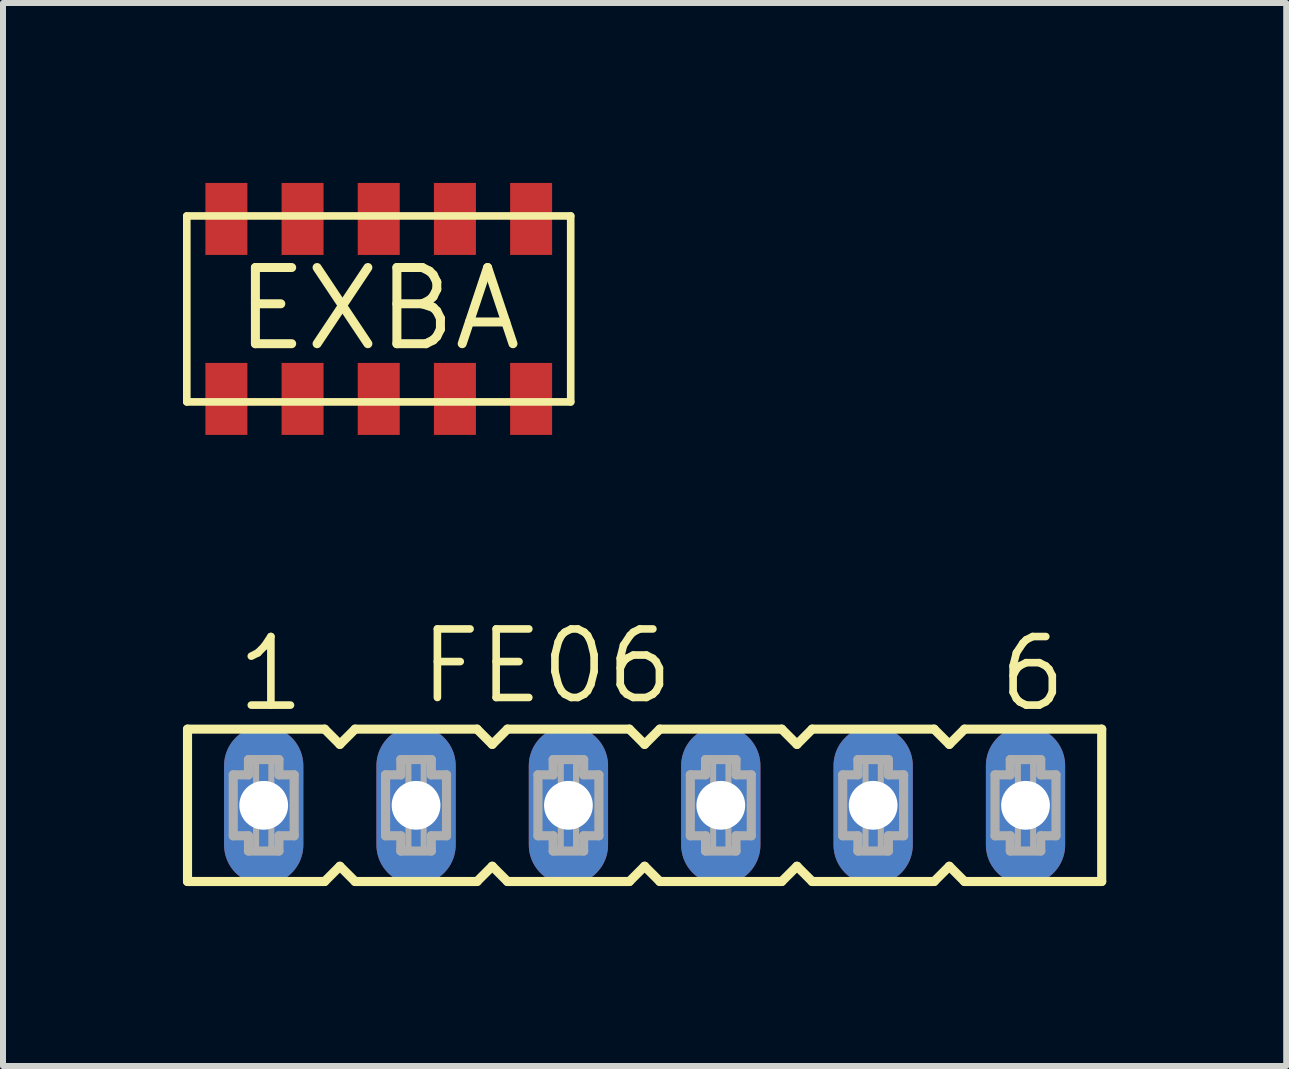
<source format=kicad_pcb>
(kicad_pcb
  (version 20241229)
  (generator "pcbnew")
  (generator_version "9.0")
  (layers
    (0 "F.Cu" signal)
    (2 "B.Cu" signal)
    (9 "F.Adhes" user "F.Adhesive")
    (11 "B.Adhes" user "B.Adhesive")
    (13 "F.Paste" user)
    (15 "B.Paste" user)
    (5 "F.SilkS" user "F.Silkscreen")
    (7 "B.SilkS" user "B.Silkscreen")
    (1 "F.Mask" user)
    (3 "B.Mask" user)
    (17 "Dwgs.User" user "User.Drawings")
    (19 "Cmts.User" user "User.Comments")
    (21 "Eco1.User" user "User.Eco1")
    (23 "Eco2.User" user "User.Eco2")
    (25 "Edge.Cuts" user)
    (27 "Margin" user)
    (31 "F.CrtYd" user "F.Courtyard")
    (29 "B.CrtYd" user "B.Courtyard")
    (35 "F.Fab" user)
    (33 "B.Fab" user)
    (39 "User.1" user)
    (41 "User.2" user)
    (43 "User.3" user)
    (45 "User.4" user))
  (footprint "FE06"
    (layer "F.Cu")
    (at 7.696 10.375)
    (property "Reference" "FE06" (at -3.81 -1.651 0) (layer "F.SilkS") (effects (font (size 1.143 1.143) (thickness 0.127)) (justify left bottom)))
    (fp_line (start -7.62 -1.27) (end -7.62 1.27) (stroke (width 0.152) (type solid)) (layer "F.SilkS"))
    (fp_line (start -7.62 1.27) (end -5.334 1.27) (stroke (width 0.152) (type solid)) (layer "F.SilkS"))
    (fp_line (start -5.334 -1.27) (end -7.62 -1.27) (stroke (width 0.152) (type solid)) (layer "F.SilkS"))
    (fp_line (start -5.334 1.27) (end -5.08 1.016) (stroke (width 0.152) (type solid)) (layer "F.SilkS"))
    (fp_line (start -5.08 -1.016) (end -5.334 -1.27) (stroke (width 0.152) (type solid)) (layer "F.SilkS"))
    (fp_line (start -5.08 1.016) (end -4.826 1.27) (stroke (width 0.152) (type solid)) (layer "F.SilkS"))
    (fp_line (start -4.826 -1.27) (end -5.08 -1.016) (stroke (width 0.152) (type solid)) (layer "F.SilkS"))
    (fp_line (start -4.826 1.27) (end -2.794 1.27) (stroke (width 0.152) (type solid)) (layer "F.SilkS"))
    (fp_line (start -2.794 -1.27) (end -4.826 -1.27) (stroke (width 0.152) (type solid)) (layer "F.SilkS"))
    (fp_line (start -2.794 1.27) (end -2.54 1.016) (stroke (width 0.152) (type solid)) (layer "F.SilkS"))
    (fp_line (start -2.54 -1.016) (end -2.794 -1.27) (stroke (width 0.152) (type solid)) (layer "F.SilkS"))
    (fp_line (start -2.54 1.016) (end -2.286 1.27) (stroke (width 0.152) (type solid)) (layer "F.SilkS"))
    (fp_line (start -2.286 -1.27) (end -2.54 -1.016) (stroke (width 0.152) (type solid)) (layer "F.SilkS"))
    (fp_line (start -2.286 1.27) (end -0.254 1.27) (stroke (width 0.152) (type solid)) (layer "F.SilkS"))
    (fp_line (start -0.254 -1.27) (end -2.286 -1.27) (stroke (width 0.152) (type solid)) (layer "F.SilkS"))
    (fp_line (start -0.254 1.27) (end 0 1.016) (stroke (width 0.152) (type solid)) (layer "F.SilkS"))
    (fp_line (start 0 -1.016) (end -0.254 -1.27) (stroke (width 0.152) (type solid)) (layer "F.SilkS"))
    (fp_line (start 0 1.016) (end 0.254 1.27) (stroke (width 0.152) (type solid)) (layer "F.SilkS"))
    (fp_line (start 0.254 -1.27) (end 0 -1.016) (stroke (width 0.152) (type solid)) (layer "F.SilkS"))
    (fp_line (start 0.254 1.27) (end 2.286 1.27) (stroke (width 0.152) (type solid)) (layer "F.SilkS"))
    (fp_line (start 2.286 -1.27) (end 0.254 -1.27) (stroke (width 0.152) (type solid)) (layer "F.SilkS"))
    (fp_line (start 2.286 1.27) (end 2.54 1.016) (stroke (width 0.152) (type solid)) (layer "F.SilkS"))
    (fp_line (start 2.54 -1.016) (end 2.286 -1.27) (stroke (width 0.152) (type solid)) (layer "F.SilkS"))
    (fp_line (start 2.54 1.016) (end 2.794 1.27) (stroke (width 0.152) (type solid)) (layer "F.SilkS"))
    (fp_line (start 2.794 -1.27) (end 2.54 -1.016) (stroke (width 0.152) (type solid)) (layer "F.SilkS"))
    (fp_line (start 2.794 1.27) (end 4.826 1.27) (stroke (width 0.152) (type solid)) (layer "F.SilkS"))
    (fp_line (start 4.826 -1.27) (end 2.794 -1.27) (stroke (width 0.152) (type solid)) (layer "F.SilkS"))
    (fp_line (start 4.826 1.27) (end 5.08 1.016) (stroke (width 0.152) (type solid)) (layer "F.SilkS"))
    (fp_line (start 5.08 -1.016) (end 4.826 -1.27) (stroke (width 0.152) (type solid)) (layer "F.SilkS"))
    (fp_line (start 5.08 1.016) (end 5.334 1.27) (stroke (width 0.152) (type solid)) (layer "F.SilkS"))
    (fp_line (start 5.334 -1.27) (end 5.08 -1.016) (stroke (width 0.152) (type solid)) (layer "F.SilkS"))
    (fp_line (start 5.334 1.27) (end 7.62 1.27) (stroke (width 0.152) (type solid)) (layer "F.SilkS"))
    (fp_line (start 7.62 -1.27) (end 5.334 -1.27) (stroke (width 0.152) (type solid)) (layer "F.SilkS"))
    (fp_line (start 7.62 1.27) (end 7.62 -1.27) (stroke (width 0.152) (type solid)) (layer "F.SilkS"))
    (fp_line (start -6.858 -0.508) (end -6.858 0.508) (stroke (width 0.152) (type solid)) (layer "F.Fab"))
    (fp_line (start -6.858 0.508) (end -6.604 0.508) (stroke (width 0.152) (type solid)) (layer "F.Fab"))
    (fp_line (start -6.604 -0.762) (end -6.604 -0.508) (stroke (width 0.152) (type solid)) (layer "F.Fab"))
    (fp_line (start -6.604 -0.508) (end -6.858 -0.508) (stroke (width 0.152) (type solid)) (layer "F.Fab"))
    (fp_line (start -6.604 0.508) (end -6.604 0.762) (stroke (width 0.152) (type solid)) (layer "F.Fab"))
    (fp_line (start -6.604 0.762) (end -6.096 0.762) (stroke (width 0.152) (type solid)) (layer "F.Fab"))
    (fp_line (start -6.096 -0.762) (end -6.604 -0.762) (stroke (width 0.152) (type solid)) (layer "F.Fab"))
    (fp_line (start -6.096 -0.508) (end -6.096 -0.762) (stroke (width 0.152) (type solid)) (layer "F.Fab"))
    (fp_line (start -6.096 0.508) (end -5.842 0.508) (stroke (width 0.152) (type solid)) (layer "F.Fab"))
    (fp_line (start -6.096 0.762) (end -6.096 0.508) (stroke (width 0.152) (type solid)) (layer "F.Fab"))
    (fp_line (start -5.842 -0.508) (end -6.096 -0.508) (stroke (width 0.152) (type solid)) (layer "F.Fab"))
    (fp_line (start -5.842 0.508) (end -5.842 -0.508) (stroke (width 0.152) (type solid)) (layer "F.Fab"))
    (fp_line (start -4.318 -0.508) (end -4.318 0.508) (stroke (width 0.152) (type solid)) (layer "F.Fab"))
    (fp_line (start -4.318 0.508) (end -4.064 0.508) (stroke (width 0.152) (type solid)) (layer "F.Fab"))
    (fp_line (start -4.064 -0.762) (end -4.064 -0.508) (stroke (width 0.152) (type solid)) (layer "F.Fab"))
    (fp_line (start -4.064 -0.508) (end -4.318 -0.508) (stroke (width 0.152) (type solid)) (layer "F.Fab"))
    (fp_line (start -4.064 0.508) (end -4.064 0.762) (stroke (width 0.152) (type solid)) (layer "F.Fab"))
    (fp_line (start -4.064 0.762) (end -3.556 0.762) (stroke (width 0.152) (type solid)) (layer "F.Fab"))
    (fp_line (start -3.556 -0.762) (end -4.064 -0.762) (stroke (width 0.152) (type solid)) (layer "F.Fab"))
    (fp_line (start -3.556 -0.508) (end -3.556 -0.762) (stroke (width 0.152) (type solid)) (layer "F.Fab"))
    (fp_line (start -3.556 0.508) (end -3.302 0.508) (stroke (width 0.152) (type solid)) (layer "F.Fab"))
    (fp_line (start -3.556 0.762) (end -3.556 0.508) (stroke (width 0.152) (type solid)) (layer "F.Fab"))
    (fp_line (start -3.302 -0.508) (end -3.556 -0.508) (stroke (width 0.152) (type solid)) (layer "F.Fab"))
    (fp_line (start -3.302 0.508) (end -3.302 -0.508) (stroke (width 0.152) (type solid)) (layer "F.Fab"))
    (fp_line (start -1.778 -0.508) (end -1.778 0.508) (stroke (width 0.152) (type solid)) (layer "F.Fab"))
    (fp_line (start -1.778 0.508) (end -1.524 0.508) (stroke (width 0.152) (type solid)) (layer "F.Fab"))
    (fp_line (start -1.524 -0.762) (end -1.524 -0.508) (stroke (width 0.152) (type solid)) (layer "F.Fab"))
    (fp_line (start -1.524 -0.508) (end -1.778 -0.508) (stroke (width 0.152) (type solid)) (layer "F.Fab"))
    (fp_line (start -1.524 0.508) (end -1.524 0.762) (stroke (width 0.152) (type solid)) (layer "F.Fab"))
    (fp_line (start -1.524 0.762) (end -1.016 0.762) (stroke (width 0.152) (type solid)) (layer "F.Fab"))
    (fp_line (start -1.016 -0.762) (end -1.524 -0.762) (stroke (width 0.152) (type solid)) (layer "F.Fab"))
    (fp_line (start -1.016 -0.508) (end -1.016 -0.762) (stroke (width 0.152) (type solid)) (layer "F.Fab"))
    (fp_line (start -1.016 0.508) (end -0.762 0.508) (stroke (width 0.152) (type solid)) (layer "F.Fab"))
    (fp_line (start -1.016 0.762) (end -1.016 0.508) (stroke (width 0.152) (type solid)) (layer "F.Fab"))
    (fp_line (start -0.762 -0.508) (end -1.016 -0.508) (stroke (width 0.152) (type solid)) (layer "F.Fab"))
    (fp_line (start -0.762 0.508) (end -0.762 -0.508) (stroke (width 0.152) (type solid)) (layer "F.Fab"))
    (fp_line (start 0.762 -0.508) (end 0.762 0.508) (stroke (width 0.152) (type solid)) (layer "F.Fab"))
    (fp_line (start 0.762 0.508) (end 1.016 0.508) (stroke (width 0.152) (type solid)) (layer "F.Fab"))
    (fp_line (start 1.016 -0.762) (end 1.016 -0.508) (stroke (width 0.152) (type solid)) (layer "F.Fab"))
    (fp_line (start 1.016 -0.508) (end 0.762 -0.508) (stroke (width 0.152) (type solid)) (layer "F.Fab"))
    (fp_line (start 1.016 0.508) (end 1.016 0.762) (stroke (width 0.152) (type solid)) (layer "F.Fab"))
    (fp_line (start 1.016 0.762) (end 1.524 0.762) (stroke (width 0.152) (type solid)) (layer "F.Fab"))
    (fp_line (start 1.524 -0.762) (end 1.016 -0.762) (stroke (width 0.152) (type solid)) (layer "F.Fab"))
    (fp_line (start 1.524 -0.508) (end 1.524 -0.762) (stroke (width 0.152) (type solid)) (layer "F.Fab"))
    (fp_line (start 1.524 0.508) (end 1.778 0.508) (stroke (width 0.152) (type solid)) (layer "F.Fab"))
    (fp_line (start 1.524 0.762) (end 1.524 0.508) (stroke (width 0.152) (type solid)) (layer "F.Fab"))
    (fp_line (start 1.778 -0.508) (end 1.524 -0.508) (stroke (width 0.152) (type solid)) (layer "F.Fab"))
    (fp_line (start 1.778 0.508) (end 1.778 -0.508) (stroke (width 0.152) (type solid)) (layer "F.Fab"))
    (fp_line (start 3.302 -0.508) (end 3.302 0.508) (stroke (width 0.152) (type solid)) (layer "F.Fab"))
    (fp_line (start 3.302 0.508) (end 3.556 0.508) (stroke (width 0.152) (type solid)) (layer "F.Fab"))
    (fp_line (start 3.556 -0.762) (end 3.556 -0.508) (stroke (width 0.152) (type solid)) (layer "F.Fab"))
    (fp_line (start 3.556 -0.508) (end 3.302 -0.508) (stroke (width 0.152) (type solid)) (layer "F.Fab"))
    (fp_line (start 3.556 0.508) (end 3.556 0.762) (stroke (width 0.152) (type solid)) (layer "F.Fab"))
    (fp_line (start 3.556 0.762) (end 4.064 0.762) (stroke (width 0.152) (type solid)) (layer "F.Fab"))
    (fp_line (start 4.064 -0.762) (end 3.556 -0.762) (stroke (width 0.152) (type solid)) (layer "F.Fab"))
    (fp_line (start 4.064 -0.508) (end 4.064 -0.762) (stroke (width 0.152) (type solid)) (layer "F.Fab"))
    (fp_line (start 4.064 0.508) (end 4.318 0.508) (stroke (width 0.152) (type solid)) (layer "F.Fab"))
    (fp_line (start 4.064 0.762) (end 4.064 0.508) (stroke (width 0.152) (type solid)) (layer "F.Fab"))
    (fp_line (start 4.318 -0.508) (end 4.064 -0.508) (stroke (width 0.152) (type solid)) (layer "F.Fab"))
    (fp_line (start 4.318 0.508) (end 4.318 -0.508) (stroke (width 0.152) (type solid)) (layer "F.Fab"))
    (fp_line (start 5.842 -0.508) (end 5.842 0.508) (stroke (width 0.152) (type solid)) (layer "F.Fab"))
    (fp_line (start 5.842 0.508) (end 6.096 0.508) (stroke (width 0.152) (type solid)) (layer "F.Fab"))
    (fp_line (start 6.096 -0.762) (end 6.096 -0.508) (stroke (width 0.152) (type solid)) (layer "F.Fab"))
    (fp_line (start 6.096 -0.508) (end 5.842 -0.508) (stroke (width 0.152) (type solid)) (layer "F.Fab"))
    (fp_line (start 6.096 0.508) (end 6.096 0.762) (stroke (width 0.152) (type solid)) (layer "F.Fab"))
    (fp_line (start 6.096 0.762) (end 6.604 0.762) (stroke (width 0.152) (type solid)) (layer "F.Fab"))
    (fp_line (start 6.604 -0.762) (end 6.096 -0.762) (stroke (width 0.152) (type solid)) (layer "F.Fab"))
    (fp_line (start 6.604 -0.508) (end 6.604 -0.762) (stroke (width 0.152) (type solid)) (layer "F.Fab"))
    (fp_line (start 6.604 0.508) (end 6.858 0.508) (stroke (width 0.152) (type solid)) (layer "F.Fab"))
    (fp_line (start 6.604 0.762) (end 6.604 0.508) (stroke (width 0.152) (type solid)) (layer "F.Fab"))
    (fp_line (start 6.858 -0.508) (end 6.604 -0.508) (stroke (width 0.152) (type solid)) (layer "F.Fab"))
    (fp_line (start 6.858 0.508) (end 6.858 -0.508) (stroke (width 0.152) (type solid)) (layer "F.Fab"))
    (fp_poly (pts (xy -6.477 -0.254) (xy -6.223 -0.254) (xy -6.223 -0.762) (xy -6.477 -0.762)) (stroke (width 0.1) (type solid)) (fill no) (layer "F.Fab"))
    (fp_poly (pts (xy -6.477 0.762) (xy -6.223 0.762) (xy -6.223 0.254) (xy -6.477 0.254)) (stroke (width 0.1) (type solid)) (fill no) (layer "F.Fab"))
    (fp_poly (pts (xy -3.937 -0.254) (xy -3.683 -0.254) (xy -3.683 -0.762) (xy -3.937 -0.762)) (stroke (width 0.1) (type solid)) (fill no) (layer "F.Fab"))
    (fp_poly (pts (xy -3.937 0.762) (xy -3.683 0.762) (xy -3.683 0.254) (xy -3.937 0.254)) (stroke (width 0.1) (type solid)) (fill no) (layer "F.Fab"))
    (fp_poly (pts (xy -1.397 -0.254) (xy -1.143 -0.254) (xy -1.143 -0.762) (xy -1.397 -0.762)) (stroke (width 0.1) (type solid)) (fill no) (layer "F.Fab"))
    (fp_poly (pts (xy -1.397 0.762) (xy -1.143 0.762) (xy -1.143 0.254) (xy -1.397 0.254)) (stroke (width 0.1) (type solid)) (fill no) (layer "F.Fab"))
    (fp_poly (pts (xy 1.143 -0.254) (xy 1.397 -0.254) (xy 1.397 -0.762) (xy 1.143 -0.762)) (stroke (width 0.1) (type solid)) (fill no) (layer "F.Fab"))
    (fp_poly (pts (xy 1.143 0.762) (xy 1.397 0.762) (xy 1.397 0.254) (xy 1.143 0.254)) (stroke (width 0.1) (type solid)) (fill no) (layer "F.Fab"))
    (fp_poly (pts (xy 3.683 -0.254) (xy 3.937 -0.254) (xy 3.937 -0.762) (xy 3.683 -0.762)) (stroke (width 0.1) (type solid)) (fill no) (layer "F.Fab"))
    (fp_poly (pts (xy 3.683 0.762) (xy 3.937 0.762) (xy 3.937 0.254) (xy 3.683 0.254)) (stroke (width 0.1) (type solid)) (fill no) (layer "F.Fab"))
    (fp_poly (pts (xy 6.223 -0.254) (xy 6.477 -0.254) (xy 6.477 -0.762) (xy 6.223 -0.762)) (stroke (width 0.1) (type solid)) (fill no) (layer "F.Fab"))
    (fp_poly (pts (xy 6.223 0.762) (xy 6.477 0.762) (xy 6.477 0.254) (xy 6.223 0.254)) (stroke (width 0.1) (type solid)) (fill no) (layer "F.Fab"))
    (fp_text user "1" (at -6.858 -1.524 0) (layer "F.SilkS") (effects (font (size 1.143 1.143) (thickness 0.127)) (justify left bottom)))
    (fp_text user "6" (at 5.842 -1.524 0) (layer "F.SilkS") (effects (font (size 1.143 1.143) (thickness 0.127)) (justify left bottom)))
    (pad "1" thru_hole oval (at -6.35 0 90) (size 2.642 1.321) (drill 0.813) (layers "*.Cu" "*.Mask"))
    (pad "2" thru_hole oval (at -3.81 0 90) (size 2.642 1.321) (drill 0.813) (layers "*.Cu" "*.Mask"))
    (pad "3" thru_hole oval (at -1.27 0 90) (size 2.642 1.321) (drill 0.813) (layers "*.Cu" "*.Mask"))
    (pad "4" thru_hole oval (at 1.27 0 90) (size 2.642 1.321) (drill 0.813) (layers "*.Cu" "*.Mask"))
    (pad "5" thru_hole oval (at 3.81 0 90) (size 2.642 1.321) (drill 0.813) (layers "*.Cu" "*.Mask"))
    (pad "6" thru_hole oval (at 6.35 0 90) (size 2.642 1.321) (drill 0.813) (layers "*.Cu" "*.Mask")))
  (footprint "EXBA"
    (layer "F.Cu")
    (at 3.264 2.1)
    (property "Reference" "EXBA" (at 0 0 0) (layer "F.SilkS") (effects (font (size 1.27 1.27) (thickness 0.15))))
    (fp_line (start -3.2 -1.55) (end 3.2 -1.55) (stroke (width 0.127) (type solid)) (layer "F.SilkS"))
    (fp_line (start -3.2 1.55) (end -3.2 -1.55) (stroke (width 0.127) (type solid)) (layer "F.SilkS"))
    (fp_line (start 3.2 -1.55) (end 3.2 1.55) (stroke (width 0.127) (type solid)) (layer "F.SilkS"))
    (fp_line (start 3.2 1.55) (end -3.2 1.55) (stroke (width 0.127) (type solid)) (layer "F.SilkS"))
    (pad "1" smd rect (at -2.54 1.5 90) (size 1.2 0.7) (layers "F.Cu" "F.Mask" "F.Paste"))
    (pad "2" smd rect (at -1.27 1.5 90) (size 1.2 0.7) (layers "F.Cu" "F.Mask" "F.Paste"))
    (pad "3" smd rect (at 0 1.5 90) (size 1.2 0.7) (layers "F.Cu" "F.Mask" "F.Paste"))
    (pad "4" smd rect (at 1.27 1.5 90) (size 1.2 0.7) (layers "F.Cu" "F.Mask" "F.Paste"))
    (pad "5" smd rect (at 2.54 1.5 90) (size 1.2 0.7) (layers "F.Cu" "F.Mask" "F.Paste"))
    (pad "6" smd rect (at 2.54 -1.5 90) (size 1.2 0.7) (layers "F.Cu" "F.Mask" "F.Paste"))
    (pad "7" smd rect (at 1.27 -1.5 90) (size 1.2 0.7) (layers "F.Cu" "F.Mask" "F.Paste"))
    (pad "8" smd rect (at 0 -1.5 90) (size 1.2 0.7) (layers "F.Cu" "F.Mask" "F.Paste"))
    (pad "9" smd rect (at -1.27 -1.5 90) (size 1.2 0.7) (layers "F.Cu" "F.Mask" "F.Paste"))
    (pad "10" smd rect (at -2.54 -1.5 90) (size 1.2 0.7) (layers "F.Cu" "F.Mask" "F.Paste")))
  (gr_rect
    (start -3 -3)
    (end 18.392 14.721)
    (stroke (width 0.1) (type default))
    (fill no)
    (layer "Edge.Cuts")))
</source>
